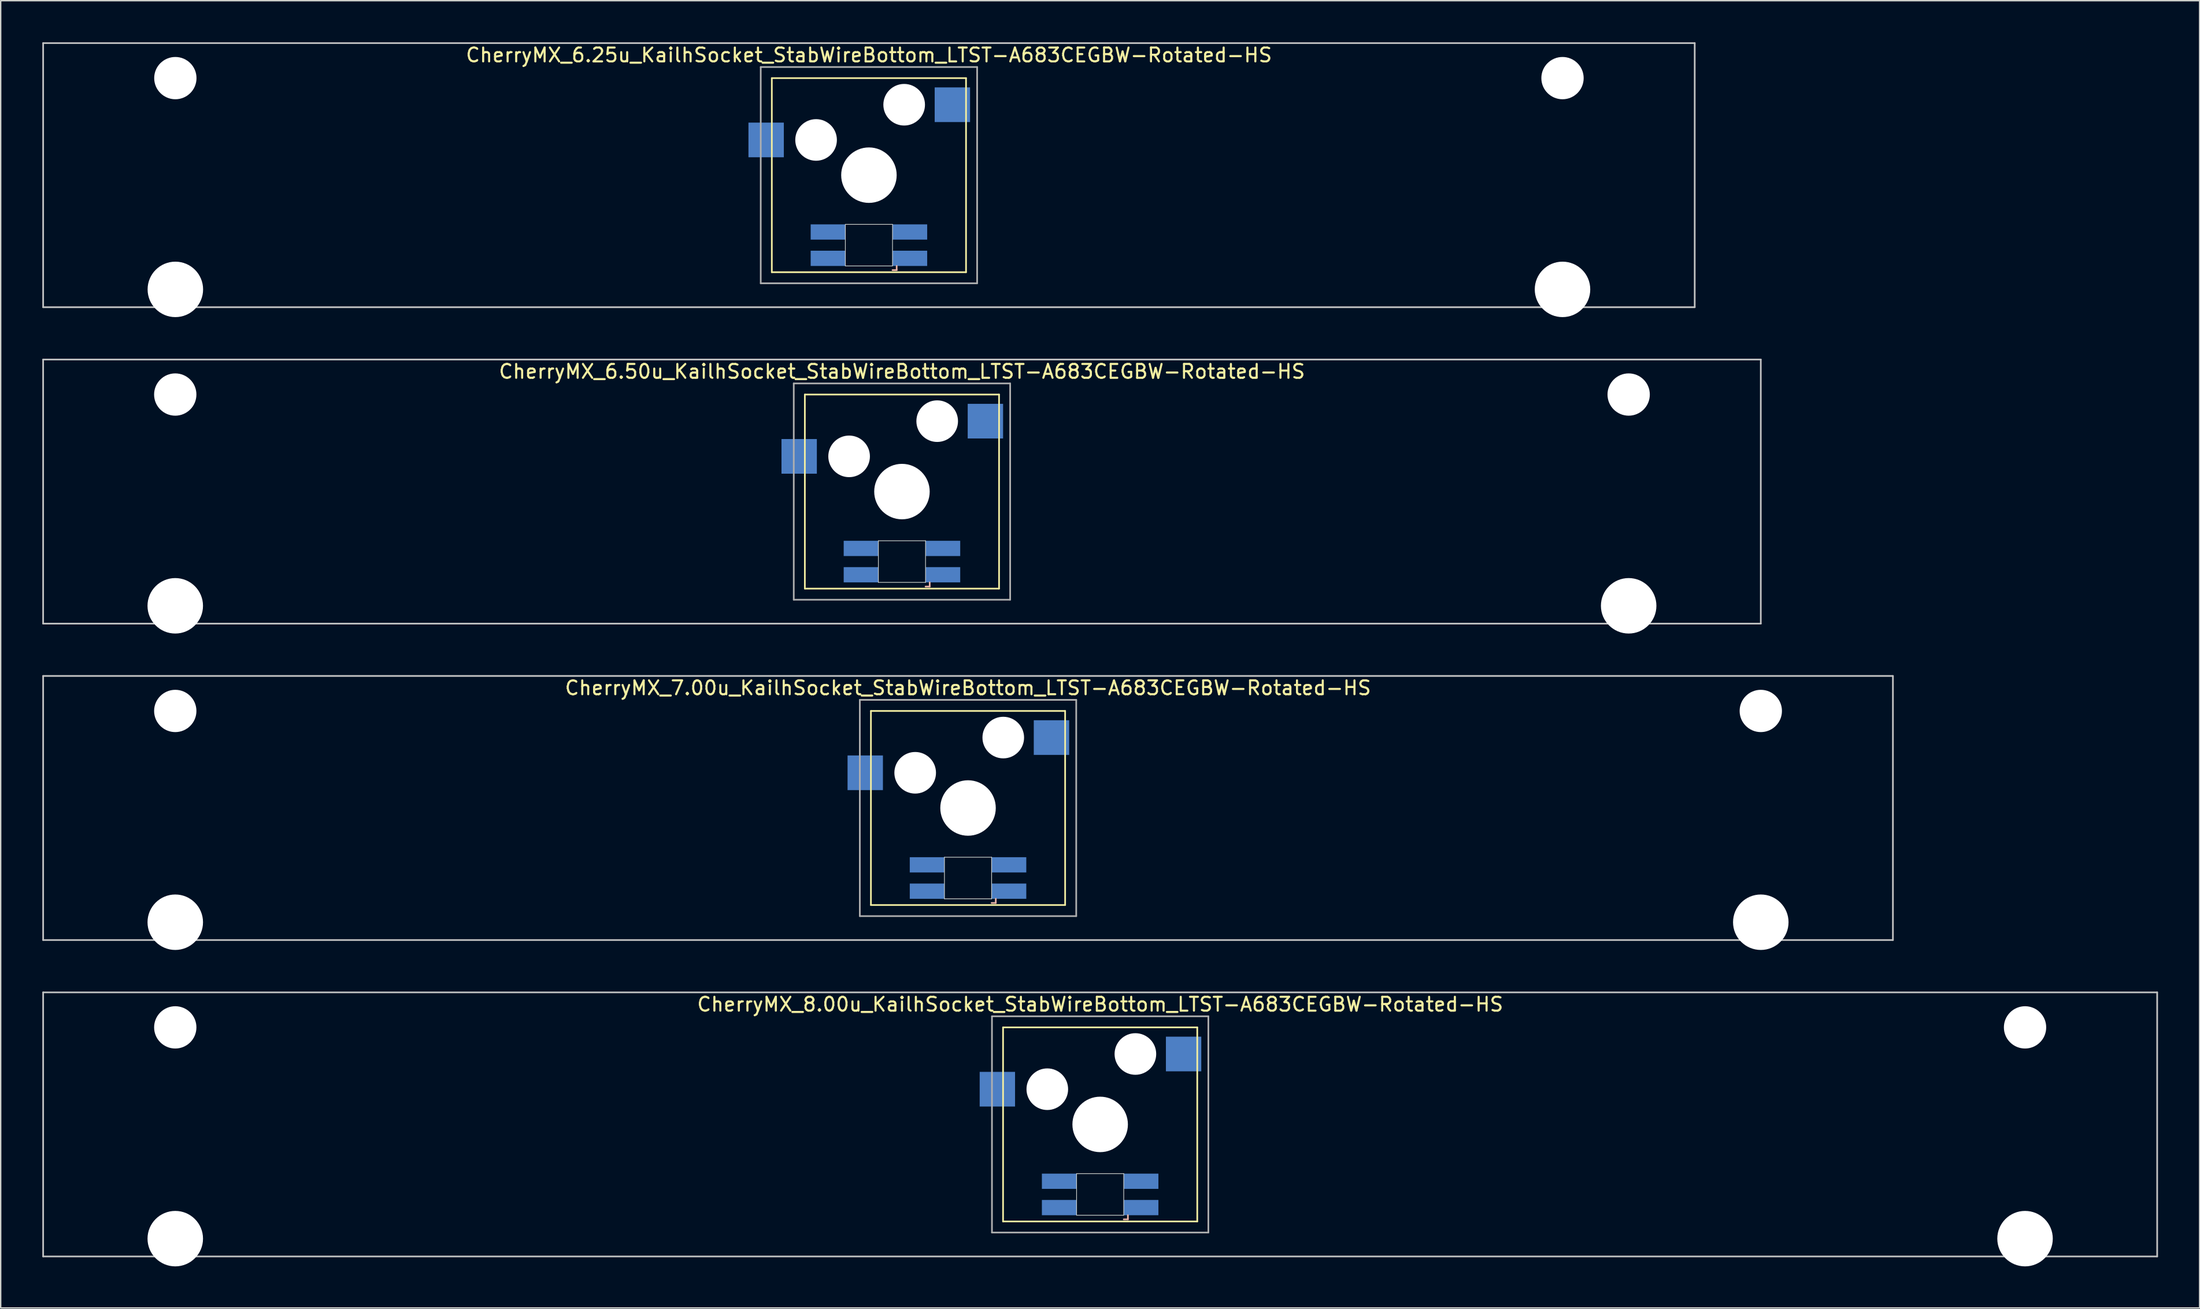
<source format=kicad_pcb>
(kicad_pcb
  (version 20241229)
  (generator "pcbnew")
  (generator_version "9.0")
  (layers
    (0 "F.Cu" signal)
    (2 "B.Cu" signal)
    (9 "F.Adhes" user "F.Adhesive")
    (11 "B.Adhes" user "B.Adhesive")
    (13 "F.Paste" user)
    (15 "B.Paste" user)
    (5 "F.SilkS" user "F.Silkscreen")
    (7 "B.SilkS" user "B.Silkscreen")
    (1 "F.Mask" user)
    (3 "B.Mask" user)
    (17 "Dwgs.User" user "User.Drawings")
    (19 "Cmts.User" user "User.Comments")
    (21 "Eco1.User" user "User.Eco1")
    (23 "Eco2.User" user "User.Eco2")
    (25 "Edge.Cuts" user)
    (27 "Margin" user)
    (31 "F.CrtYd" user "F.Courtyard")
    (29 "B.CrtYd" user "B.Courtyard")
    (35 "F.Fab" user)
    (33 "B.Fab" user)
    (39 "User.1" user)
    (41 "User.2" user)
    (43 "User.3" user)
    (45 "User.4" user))
  (footprint "CherryMX_6.25u_KailhSocket_StabWireBottom_LTST-A683CEGBW-Rotated-HS"
    (layer "F.Cu")
    (at 59.591 9.585)
    (property "Reference" "CherryMX_6.25u_KailhSocket_StabWireBottom_LTST-A683CEGBW-Rotated-HS" (at 0 -8.662 0) (layer "F.SilkS") (effects (font (size 1 1) (thickness 0.15))))
    (attr through_hole)
    (fp_line (start -7 -7) (end -7 7) (stroke (width 0.12) (type solid)) (layer "F.SilkS"))
    (fp_line (start -7 -7) (end 7 -7) (stroke (width 0.12) (type solid)) (layer "F.SilkS"))
    (fp_line (start 7 -7) (end 7 7) (stroke (width 0.12) (type solid)) (layer "F.SilkS"))
    (fp_line (start 7 7) (end -7 7) (stroke (width 0.12) (type solid)) (layer "F.SilkS"))
    (fp_line (start 1.7 6.85) (end 2 6.85) (stroke (width 0.12) (type solid)) (layer "B.SilkS"))
    (fp_line (start 2 6.85) (end 2 6.55) (stroke (width 0.12) (type solid)) (layer "B.SilkS"))
    (fp_line (start -59.531 -9.525) (end 59.531 -9.525) (stroke (width 0.12) (type solid)) (layer "Dwgs.User"))
    (fp_line (start -59.531 9.525) (end -59.531 -9.525) (stroke (width 0.12) (type solid)) (layer "Dwgs.User"))
    (fp_line (start 59.531 -9.525) (end 59.531 9.525) (stroke (width 0.12) (type solid)) (layer "Dwgs.User"))
    (fp_line (start 59.531 9.525) (end -59.531 9.525) (stroke (width 0.12) (type solid)) (layer "Dwgs.User"))
    (fp_line (start -1.7 3.55) (end 1.7 3.55) (stroke (width 0.05) (type solid)) (layer "Edge.Cuts"))
    (fp_line (start -1.7 6.55) (end -1.7 3.55) (stroke (width 0.05) (type solid)) (layer "Edge.Cuts"))
    (fp_line (start 1.7 3.55) (end 1.7 6.55) (stroke (width 0.05) (type solid)) (layer "Edge.Cuts"))
    (fp_line (start 1.7 6.55) (end -1.7 6.55) (stroke (width 0.05) (type solid)) (layer "Edge.Cuts"))
    (fp_line (start -7.8 -7.8) (end -7.8 7.8) (stroke (width 0.12) (type solid)) (layer "F.Fab"))
    (fp_line (start -7.8 -7.8) (end 7.8 -7.8) (stroke (width 0.12) (type solid)) (layer "F.Fab"))
    (fp_line (start -7.8 7.8) (end 7.8 7.8) (stroke (width 0.12) (type solid)) (layer "F.Fab"))
    (fp_line (start 7.8 -7.8) (end 7.8 7.8) (stroke (width 0.12) (type solid)) (layer "F.Fab"))
    (pad "" np_thru_hole circle (at -50 -7) (size 3.05 3.05) (drill 3.05) (layers "*.Cu" "*.Mask"))
    (pad "" np_thru_hole circle (at -50 8.24) (size 4 4) (drill 4) (layers "*.Cu" "*.Mask"))
    (pad "" np_thru_hole circle (at -3.81 -2.54) (size 3 3) (drill 3) (layers "*.Cu" "*.Mask"))
    (pad "" np_thru_hole circle (at 0 0) (size 4 4) (drill 4) (layers "*.Cu" "*.Mask"))
    (pad "" np_thru_hole circle (at 2.54 -5.08) (size 3 3) (drill 3) (layers "*.Cu" "*.Mask"))
    (pad "" np_thru_hole circle (at 50 -7) (size 3.05 3.05) (drill 3.05) (layers "*.Cu" "*.Mask"))
    (pad "" np_thru_hole circle (at 50 8.24) (size 4 4) (drill 4) (layers "*.Cu" "*.Mask"))
    (pad "1" smd rect (at -7.41 -2.54) (size 2.55 2.5) (layers "B.Cu" "B.Mask" "B.Paste"))
    (pad "2" smd rect (at 6.015 -5.08) (size 2.55 2.5) (layers "B.Cu" "B.Mask" "B.Paste"))
    (pad "3" smd rect (at 2.95 6) (size 2.5 1.1) (layers "B.Cu" "B.Mask" "B.Paste"))
    (pad "4" smd rect (at 2.95 4.1) (size 2.5 1.1) (layers "B.Cu" "B.Mask" "B.Paste"))
    (pad "5" smd rect (at -2.95 6) (size 2.5 1.1) (layers "B.Cu" "B.Mask" "B.Paste"))
    (pad "6" smd rect (at -2.95 4.1) (size 2.5 1.1) (layers "B.Cu" "B.Mask" "B.Paste")))
  (footprint "CherryMX_7.00u_KailhSocket_StabWireBottom_LTST-A683CEGBW-Rotated-HS"
    (layer "F.Cu")
    (at 66.735 55.235)
    (property "Reference" "CherryMX_7.00u_KailhSocket_StabWireBottom_LTST-A683CEGBW-Rotated-HS" (at 0 -8.662 0) (layer "F.SilkS") (effects (font (size 1 1) (thickness 0.15))))
    (attr through_hole)
    (fp_line (start -7 -7) (end -7 7) (stroke (width 0.12) (type solid)) (layer "F.SilkS"))
    (fp_line (start -7 -7) (end 7 -7) (stroke (width 0.12) (type solid)) (layer "F.SilkS"))
    (fp_line (start 7 -7) (end 7 7) (stroke (width 0.12) (type solid)) (layer "F.SilkS"))
    (fp_line (start 7 7) (end -7 7) (stroke (width 0.12) (type solid)) (layer "F.SilkS"))
    (fp_line (start 1.7 6.85) (end 2 6.85) (stroke (width 0.12) (type solid)) (layer "B.SilkS"))
    (fp_line (start 2 6.85) (end 2 6.55) (stroke (width 0.12) (type solid)) (layer "B.SilkS"))
    (fp_line (start -66.675 -9.525) (end 66.675 -9.525) (stroke (width 0.12) (type solid)) (layer "Dwgs.User"))
    (fp_line (start -66.675 9.525) (end -66.675 -9.525) (stroke (width 0.12) (type solid)) (layer "Dwgs.User"))
    (fp_line (start 66.675 -9.525) (end 66.675 9.525) (stroke (width 0.12) (type solid)) (layer "Dwgs.User"))
    (fp_line (start 66.675 9.525) (end -66.675 9.525) (stroke (width 0.12) (type solid)) (layer "Dwgs.User"))
    (fp_line (start -1.7 3.55) (end 1.7 3.55) (stroke (width 0.05) (type solid)) (layer "Edge.Cuts"))
    (fp_line (start -1.7 6.55) (end -1.7 3.55) (stroke (width 0.05) (type solid)) (layer "Edge.Cuts"))
    (fp_line (start 1.7 3.55) (end 1.7 6.55) (stroke (width 0.05) (type solid)) (layer "Edge.Cuts"))
    (fp_line (start 1.7 6.55) (end -1.7 6.55) (stroke (width 0.05) (type solid)) (layer "Edge.Cuts"))
    (fp_line (start -7.8 -7.8) (end -7.8 7.8) (stroke (width 0.12) (type solid)) (layer "F.Fab"))
    (fp_line (start -7.8 -7.8) (end 7.8 -7.8) (stroke (width 0.12) (type solid)) (layer "F.Fab"))
    (fp_line (start -7.8 7.8) (end 7.8 7.8) (stroke (width 0.12) (type solid)) (layer "F.Fab"))
    (fp_line (start 7.8 -7.8) (end 7.8 7.8) (stroke (width 0.12) (type solid)) (layer "F.Fab"))
    (pad "" np_thru_hole circle (at -57.15 -7) (size 3.05 3.05) (drill 3.05) (layers "*.Cu" "*.Mask"))
    (pad "" np_thru_hole circle (at -57.15 8.24) (size 4 4) (drill 4) (layers "*.Cu" "*.Mask"))
    (pad "" np_thru_hole circle (at -3.81 -2.54) (size 3 3) (drill 3) (layers "*.Cu" "*.Mask"))
    (pad "" np_thru_hole circle (at 0 0) (size 4 4) (drill 4) (layers "*.Cu" "*.Mask"))
    (pad "" np_thru_hole circle (at 2.54 -5.08) (size 3 3) (drill 3) (layers "*.Cu" "*.Mask"))
    (pad "" np_thru_hole circle (at 57.15 -7) (size 3.05 3.05) (drill 3.05) (layers "*.Cu" "*.Mask"))
    (pad "" np_thru_hole circle (at 57.15 8.24) (size 4 4) (drill 4) (layers "*.Cu" "*.Mask"))
    (pad "1" smd rect (at -7.41 -2.54) (size 2.55 2.5) (layers "B.Cu" "B.Mask" "B.Paste"))
    (pad "2" smd rect (at 6.015 -5.08) (size 2.55 2.5) (layers "B.Cu" "B.Mask" "B.Paste"))
    (pad "3" smd rect (at 2.95 6) (size 2.5 1.1) (layers "B.Cu" "B.Mask" "B.Paste"))
    (pad "4" smd rect (at 2.95 4.1) (size 2.5 1.1) (layers "B.Cu" "B.Mask" "B.Paste"))
    (pad "5" smd rect (at -2.95 6) (size 2.5 1.1) (layers "B.Cu" "B.Mask" "B.Paste"))
    (pad "6" smd rect (at -2.95 4.1) (size 2.5 1.1) (layers "B.Cu" "B.Mask" "B.Paste")))
  (footprint "CherryMX_8.00u_KailhSocket_StabWireBottom_LTST-A683CEGBW-Rotated-HS"
    (layer "F.Cu")
    (at 76.26 78.06)
    (property "Reference" "CherryMX_8.00u_KailhSocket_StabWireBottom_LTST-A683CEGBW-Rotated-HS" (at 0 -8.662 0) (layer "F.SilkS") (effects (font (size 1 1) (thickness 0.15))))
    (attr through_hole)
    (fp_line (start -7 -7) (end -7 7) (stroke (width 0.12) (type solid)) (layer "F.SilkS"))
    (fp_line (start -7 -7) (end 7 -7) (stroke (width 0.12) (type solid)) (layer "F.SilkS"))
    (fp_line (start 7 -7) (end 7 7) (stroke (width 0.12) (type solid)) (layer "F.SilkS"))
    (fp_line (start 7 7) (end -7 7) (stroke (width 0.12) (type solid)) (layer "F.SilkS"))
    (fp_line (start 1.7 6.85) (end 2 6.85) (stroke (width 0.12) (type solid)) (layer "B.SilkS"))
    (fp_line (start 2 6.85) (end 2 6.55) (stroke (width 0.12) (type solid)) (layer "B.SilkS"))
    (fp_line (start -76.2 -9.525) (end 76.2 -9.525) (stroke (width 0.12) (type solid)) (layer "Dwgs.User"))
    (fp_line (start -76.2 9.525) (end -76.2 -9.525) (stroke (width 0.12) (type solid)) (layer "Dwgs.User"))
    (fp_line (start 76.2 -9.525) (end 76.2 9.525) (stroke (width 0.12) (type solid)) (layer "Dwgs.User"))
    (fp_line (start 76.2 9.525) (end -76.2 9.525) (stroke (width 0.12) (type solid)) (layer "Dwgs.User"))
    (fp_line (start -1.7 3.55) (end 1.7 3.55) (stroke (width 0.05) (type solid)) (layer "Edge.Cuts"))
    (fp_line (start -1.7 6.55) (end -1.7 3.55) (stroke (width 0.05) (type solid)) (layer "Edge.Cuts"))
    (fp_line (start 1.7 3.55) (end 1.7 6.55) (stroke (width 0.05) (type solid)) (layer "Edge.Cuts"))
    (fp_line (start 1.7 6.55) (end -1.7 6.55) (stroke (width 0.05) (type solid)) (layer "Edge.Cuts"))
    (fp_line (start -7.8 -7.8) (end -7.8 7.8) (stroke (width 0.12) (type solid)) (layer "F.Fab"))
    (fp_line (start -7.8 -7.8) (end 7.8 -7.8) (stroke (width 0.12) (type solid)) (layer "F.Fab"))
    (fp_line (start -7.8 7.8) (end 7.8 7.8) (stroke (width 0.12) (type solid)) (layer "F.Fab"))
    (fp_line (start 7.8 -7.8) (end 7.8 7.8) (stroke (width 0.12) (type solid)) (layer "F.Fab"))
    (pad "" np_thru_hole circle (at -66.675 -7) (size 3.05 3.05) (drill 3.05) (layers "*.Cu" "*.Mask"))
    (pad "" np_thru_hole circle (at -66.675 8.24) (size 4 4) (drill 4) (layers "*.Cu" "*.Mask"))
    (pad "" np_thru_hole circle (at -3.81 -2.54) (size 3 3) (drill 3) (layers "*.Cu" "*.Mask"))
    (pad "" np_thru_hole circle (at 0 0) (size 4 4) (drill 4) (layers "*.Cu" "*.Mask"))
    (pad "" np_thru_hole circle (at 2.54 -5.08) (size 3 3) (drill 3) (layers "*.Cu" "*.Mask"))
    (pad "" np_thru_hole circle (at 66.675 -7) (size 3.05 3.05) (drill 3.05) (layers "*.Cu" "*.Mask"))
    (pad "" np_thru_hole circle (at 66.675 8.24) (size 4 4) (drill 4) (layers "*.Cu" "*.Mask"))
    (pad "1" smd rect (at -7.41 -2.54) (size 2.55 2.5) (layers "B.Cu" "B.Mask" "B.Paste"))
    (pad "2" smd rect (at 6.015 -5.08) (size 2.55 2.5) (layers "B.Cu" "B.Mask" "B.Paste"))
    (pad "3" smd rect (at 2.95 6) (size 2.5 1.1) (layers "B.Cu" "B.Mask" "B.Paste"))
    (pad "4" smd rect (at 2.95 4.1) (size 2.5 1.1) (layers "B.Cu" "B.Mask" "B.Paste"))
    (pad "5" smd rect (at -2.95 6) (size 2.5 1.1) (layers "B.Cu" "B.Mask" "B.Paste"))
    (pad "6" smd rect (at -2.95 4.1) (size 2.5 1.1) (layers "B.Cu" "B.Mask" "B.Paste")))
  (footprint "CherryMX_6.50u_KailhSocket_StabWireBottom_LTST-A683CEGBW-Rotated-HS"
    (layer "F.Cu")
    (at 61.972 32.41)
    (property "Reference" "CherryMX_6.50u_KailhSocket_StabWireBottom_LTST-A683CEGBW-Rotated-HS" (at 0 -8.662 0) (layer "F.SilkS") (effects (font (size 1 1) (thickness 0.15))))
    (attr through_hole)
    (fp_line (start -7 -7) (end -7 7) (stroke (width 0.12) (type solid)) (layer "F.SilkS"))
    (fp_line (start -7 -7) (end 7 -7) (stroke (width 0.12) (type solid)) (layer "F.SilkS"))
    (fp_line (start 7 -7) (end 7 7) (stroke (width 0.12) (type solid)) (layer "F.SilkS"))
    (fp_line (start 7 7) (end -7 7) (stroke (width 0.12) (type solid)) (layer "F.SilkS"))
    (fp_line (start 1.7 6.85) (end 2 6.85) (stroke (width 0.12) (type solid)) (layer "B.SilkS"))
    (fp_line (start 2 6.85) (end 2 6.55) (stroke (width 0.12) (type solid)) (layer "B.SilkS"))
    (fp_line (start -61.913 -9.525) (end 61.913 -9.525) (stroke (width 0.12) (type solid)) (layer "Dwgs.User"))
    (fp_line (start -61.913 9.525) (end -61.913 -9.525) (stroke (width 0.12) (type solid)) (layer "Dwgs.User"))
    (fp_line (start 61.913 -9.525) (end 61.913 9.525) (stroke (width 0.12) (type solid)) (layer "Dwgs.User"))
    (fp_line (start 61.913 9.525) (end -61.913 9.525) (stroke (width 0.12) (type solid)) (layer "Dwgs.User"))
    (fp_line (start -1.7 3.55) (end 1.7 3.55) (stroke (width 0.05) (type solid)) (layer "Edge.Cuts"))
    (fp_line (start -1.7 6.55) (end -1.7 3.55) (stroke (width 0.05) (type solid)) (layer "Edge.Cuts"))
    (fp_line (start 1.7 3.55) (end 1.7 6.55) (stroke (width 0.05) (type solid)) (layer "Edge.Cuts"))
    (fp_line (start 1.7 6.55) (end -1.7 6.55) (stroke (width 0.05) (type solid)) (layer "Edge.Cuts"))
    (fp_line (start -7.8 -7.8) (end -7.8 7.8) (stroke (width 0.12) (type solid)) (layer "F.Fab"))
    (fp_line (start -7.8 -7.8) (end 7.8 -7.8) (stroke (width 0.12) (type solid)) (layer "F.Fab"))
    (fp_line (start -7.8 7.8) (end 7.8 7.8) (stroke (width 0.12) (type solid)) (layer "F.Fab"))
    (fp_line (start 7.8 -7.8) (end 7.8 7.8) (stroke (width 0.12) (type solid)) (layer "F.Fab"))
    (pad "" np_thru_hole circle (at -52.388 -7) (size 3.05 3.05) (drill 3.05) (layers "*.Cu" "*.Mask"))
    (pad "" np_thru_hole circle (at -52.388 8.24) (size 4 4) (drill 4) (layers "*.Cu" "*.Mask"))
    (pad "" np_thru_hole circle (at -3.81 -2.54) (size 3 3) (drill 3) (layers "*.Cu" "*.Mask"))
    (pad "" np_thru_hole circle (at 0 0) (size 4 4) (drill 4) (layers "*.Cu" "*.Mask"))
    (pad "" np_thru_hole circle (at 2.54 -5.08) (size 3 3) (drill 3) (layers "*.Cu" "*.Mask"))
    (pad "" np_thru_hole circle (at 52.388 -7) (size 3.05 3.05) (drill 3.05) (layers "*.Cu" "*.Mask"))
    (pad "" np_thru_hole circle (at 52.388 8.24) (size 4 4) (drill 4) (layers "*.Cu" "*.Mask"))
    (pad "1" smd rect (at -7.41 -2.54) (size 2.55 2.5) (layers "B.Cu" "B.Mask" "B.Paste"))
    (pad "2" smd rect (at 6.015 -5.08) (size 2.55 2.5) (layers "B.Cu" "B.Mask" "B.Paste"))
    (pad "3" smd rect (at 2.95 6) (size 2.5 1.1) (layers "B.Cu" "B.Mask" "B.Paste"))
    (pad "4" smd rect (at 2.95 4.1) (size 2.5 1.1) (layers "B.Cu" "B.Mask" "B.Paste"))
    (pad "5" smd rect (at -2.95 6) (size 2.5 1.1) (layers "B.Cu" "B.Mask" "B.Paste"))
    (pad "6" smd rect (at -2.95 4.1) (size 2.5 1.1) (layers "B.Cu" "B.Mask" "B.Paste")))
  (gr_rect
    (start -3 -3)
    (end 155.52 91.3)
    (stroke (width 0.1) (type default))
    (fill no)
    (layer "Edge.Cuts")))
</source>
